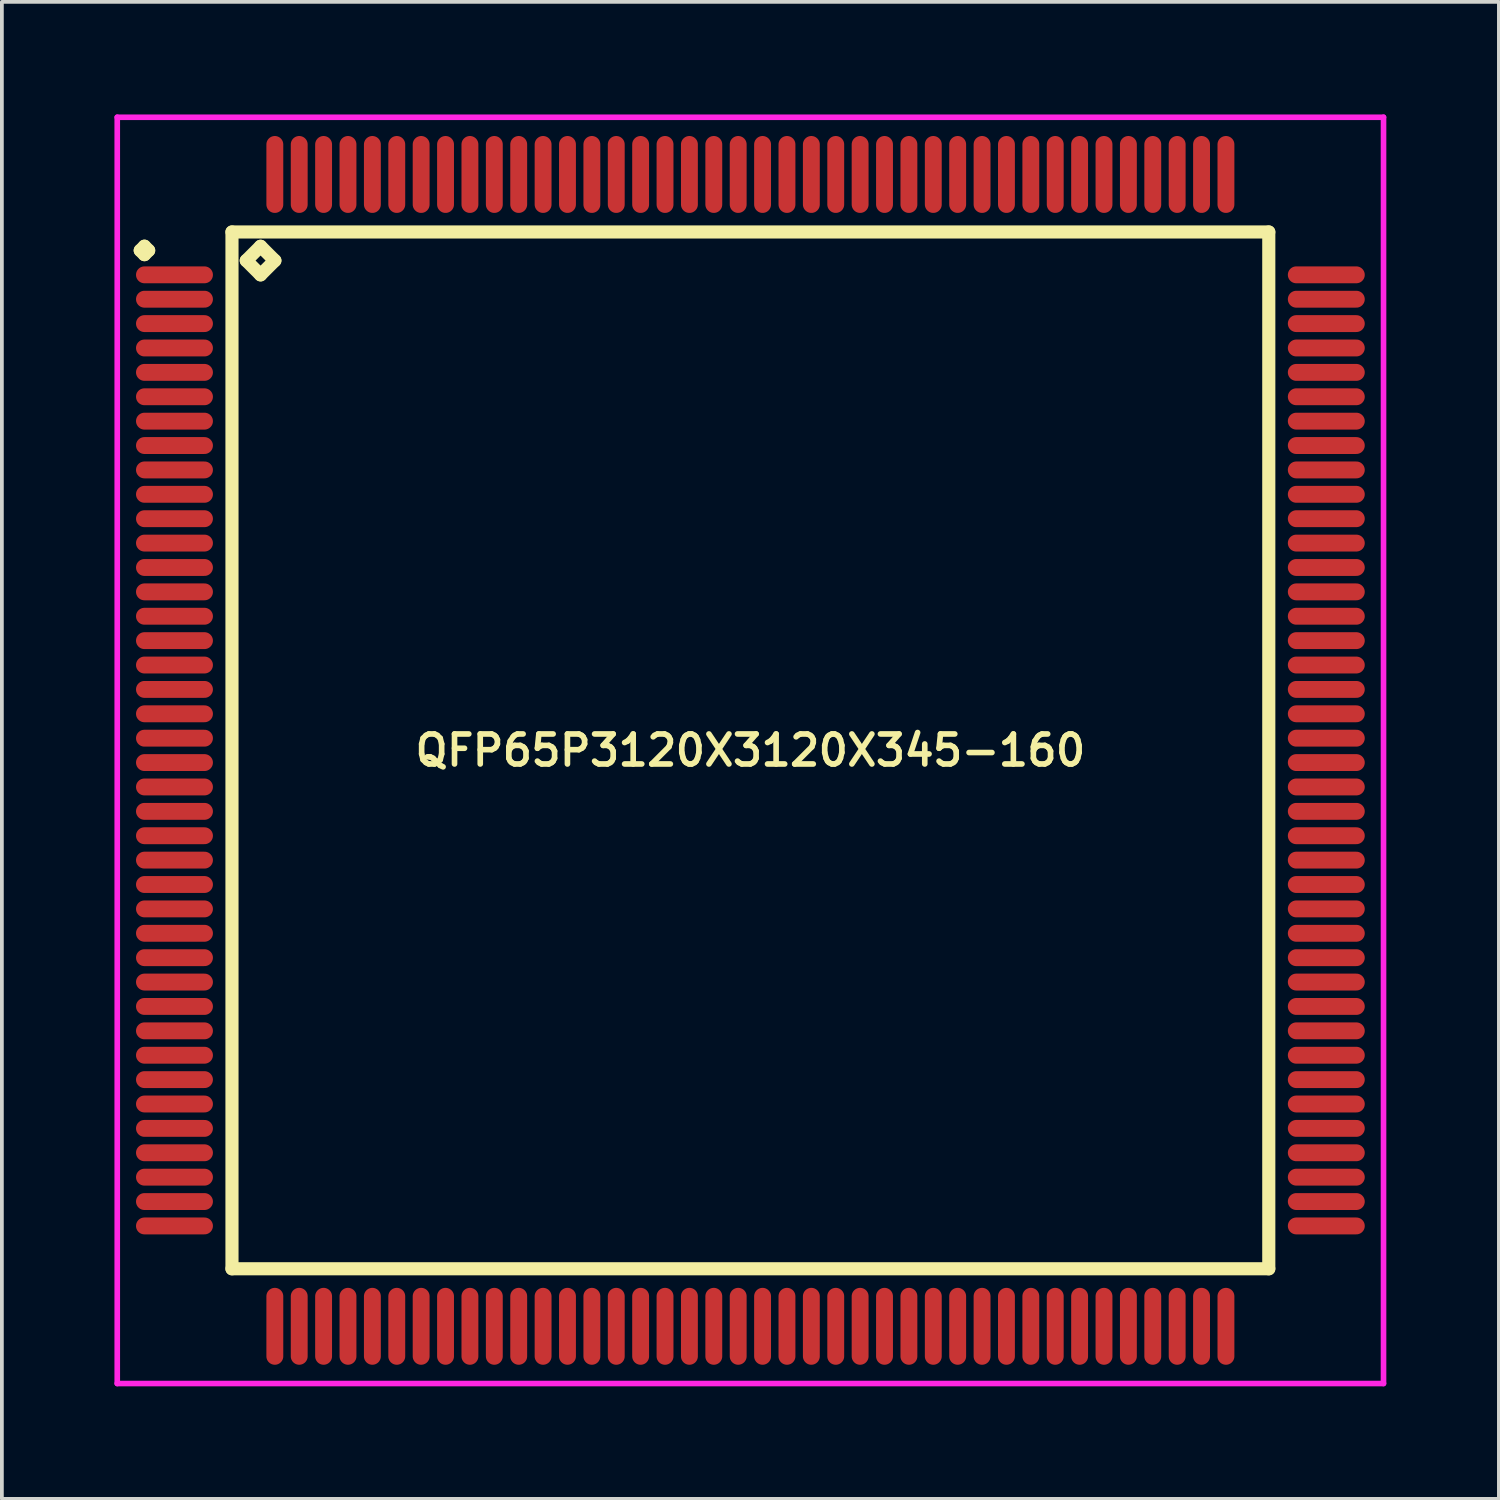
<source format=kicad_pcb>
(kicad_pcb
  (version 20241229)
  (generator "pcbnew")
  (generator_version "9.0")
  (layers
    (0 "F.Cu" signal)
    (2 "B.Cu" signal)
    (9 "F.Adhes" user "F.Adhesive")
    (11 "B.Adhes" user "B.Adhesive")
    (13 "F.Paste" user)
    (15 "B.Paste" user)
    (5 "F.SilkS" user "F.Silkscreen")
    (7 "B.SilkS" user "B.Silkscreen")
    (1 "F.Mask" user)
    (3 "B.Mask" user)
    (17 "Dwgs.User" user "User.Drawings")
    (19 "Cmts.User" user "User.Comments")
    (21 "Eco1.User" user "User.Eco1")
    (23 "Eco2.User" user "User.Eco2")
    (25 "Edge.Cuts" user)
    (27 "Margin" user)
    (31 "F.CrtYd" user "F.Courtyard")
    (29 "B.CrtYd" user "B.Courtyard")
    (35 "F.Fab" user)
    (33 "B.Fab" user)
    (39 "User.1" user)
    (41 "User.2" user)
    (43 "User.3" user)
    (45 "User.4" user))
  (footprint "QFP65P3120X3120X345-160"
    (layer "F.Cu")
    (at 16.95 16.95)
    (property "Reference" "QFP65P3120X3120X345-160" (at 0 0 0) (layer "F.SilkS") (effects (font (size 0.8 0.8) (thickness 0.15))))
    (attr through_hole)
    (fp_line (start -16.262 -13.325) (end -16.15 -13.438) (stroke (width 0.35) (type solid)) (layer "F.SilkS"))
    (fp_line (start -16.15 -13.438) (end -16.038 -13.325) (stroke (width 0.35) (type solid)) (layer "F.SilkS"))
    (fp_line (start -16.15 -13.213) (end -16.262 -13.325) (stroke (width 0.35) (type solid)) (layer "F.SilkS"))
    (fp_line (start -16.038 -13.325) (end -16.15 -13.213) (stroke (width 0.35) (type solid)) (layer "F.SilkS"))
    (fp_line (start -13.817 -13.817) (end -13.817 13.817) (stroke (width 0.35) (type solid)) (layer "F.SilkS"))
    (fp_line (start -13.817 13.817) (end 13.817 13.817) (stroke (width 0.35) (type solid)) (layer "F.SilkS"))
    (fp_line (start -13.436 -13.055) (end -13.055 -13.436) (stroke (width 0.35) (type solid)) (layer "F.SilkS"))
    (fp_line (start -13.055 -13.436) (end -12.674 -13.055) (stroke (width 0.35) (type solid)) (layer "F.SilkS"))
    (fp_line (start -13.055 -12.674) (end -13.436 -13.055) (stroke (width 0.35) (type solid)) (layer "F.SilkS"))
    (fp_line (start -12.674 -13.055) (end -13.055 -12.674) (stroke (width 0.35) (type solid)) (layer "F.SilkS"))
    (fp_line (start 13.817 -13.817) (end -13.817 -13.817) (stroke (width 0.35) (type solid)) (layer "F.SilkS"))
    (fp_line (start 13.817 13.817) (end 13.817 -13.817) (stroke (width 0.35) (type solid)) (layer "F.SilkS"))
    (fp_line (start -16.875 -16.875) (end 16.875 -16.875) (stroke (width 0.15) (type solid)) (layer "F.CrtYd"))
    (fp_line (start -16.875 16.875) (end -16.875 -16.875) (stroke (width 0.15) (type solid)) (layer "F.CrtYd"))
    (fp_line (start 16.875 -16.875) (end 16.875 16.875) (stroke (width 0.15) (type solid)) (layer "F.CrtYd"))
    (fp_line (start 16.875 16.875) (end -16.875 16.875) (stroke (width 0.15) (type solid)) (layer "F.CrtYd"))
    (pad "1" smd oval (at -15.35 -12.675) (size 2.05 0.45) (layers "F.Cu" "F.Mask" "F.Paste"))
    (pad "2" smd oval (at -15.35 -12.025) (size 2.05 0.45) (layers "F.Cu" "F.Mask" "F.Paste"))
    (pad "3" smd oval (at -15.35 -11.375) (size 2.05 0.45) (layers "F.Cu" "F.Mask" "F.Paste"))
    (pad "4" smd oval (at -15.35 -10.725) (size 2.05 0.45) (layers "F.Cu" "F.Mask" "F.Paste"))
    (pad "5" smd oval (at -15.35 -10.075) (size 2.05 0.45) (layers "F.Cu" "F.Mask" "F.Paste"))
    (pad "6" smd oval (at -15.35 -9.425) (size 2.05 0.45) (layers "F.Cu" "F.Mask" "F.Paste"))
    (pad "7" smd oval (at -15.35 -8.775) (size 2.05 0.45) (layers "F.Cu" "F.Mask" "F.Paste"))
    (pad "8" smd oval (at -15.35 -8.125) (size 2.05 0.45) (layers "F.Cu" "F.Mask" "F.Paste"))
    (pad "9" smd oval (at -15.35 -7.475) (size 2.05 0.45) (layers "F.Cu" "F.Mask" "F.Paste"))
    (pad "10" smd oval (at -15.35 -6.825) (size 2.05 0.45) (layers "F.Cu" "F.Mask" "F.Paste"))
    (pad "11" smd oval (at -15.35 -6.175) (size 2.05 0.45) (layers "F.Cu" "F.Mask" "F.Paste"))
    (pad "12" smd oval (at -15.35 -5.525) (size 2.05 0.45) (layers "F.Cu" "F.Mask" "F.Paste"))
    (pad "13" smd oval (at -15.35 -4.875) (size 2.05 0.45) (layers "F.Cu" "F.Mask" "F.Paste"))
    (pad "14" smd oval (at -15.35 -4.225) (size 2.05 0.45) (layers "F.Cu" "F.Mask" "F.Paste"))
    (pad "15" smd oval (at -15.35 -3.575) (size 2.05 0.45) (layers "F.Cu" "F.Mask" "F.Paste"))
    (pad "16" smd oval (at -15.35 -2.925) (size 2.05 0.45) (layers "F.Cu" "F.Mask" "F.Paste"))
    (pad "17" smd oval (at -15.35 -2.275) (size 2.05 0.45) (layers "F.Cu" "F.Mask" "F.Paste"))
    (pad "18" smd oval (at -15.35 -1.625) (size 2.05 0.45) (layers "F.Cu" "F.Mask" "F.Paste"))
    (pad "19" smd oval (at -15.35 -0.975) (size 2.05 0.45) (layers "F.Cu" "F.Mask" "F.Paste"))
    (pad "20" smd oval (at -15.35 -0.325) (size 2.05 0.45) (layers "F.Cu" "F.Mask" "F.Paste"))
    (pad "21" smd oval (at -15.35 0.325) (size 2.05 0.45) (layers "F.Cu" "F.Mask" "F.Paste"))
    (pad "22" smd oval (at -15.35 0.975) (size 2.05 0.45) (layers "F.Cu" "F.Mask" "F.Paste"))
    (pad "23" smd oval (at -15.35 1.625) (size 2.05 0.45) (layers "F.Cu" "F.Mask" "F.Paste"))
    (pad "24" smd oval (at -15.35 2.275) (size 2.05 0.45) (layers "F.Cu" "F.Mask" "F.Paste"))
    (pad "25" smd oval (at -15.35 2.925) (size 2.05 0.45) (layers "F.Cu" "F.Mask" "F.Paste"))
    (pad "26" smd oval (at -15.35 3.575) (size 2.05 0.45) (layers "F.Cu" "F.Mask" "F.Paste"))
    (pad "27" smd oval (at -15.35 4.225) (size 2.05 0.45) (layers "F.Cu" "F.Mask" "F.Paste"))
    (pad "28" smd oval (at -15.35 4.875) (size 2.05 0.45) (layers "F.Cu" "F.Mask" "F.Paste"))
    (pad "29" smd oval (at -15.35 5.525) (size 2.05 0.45) (layers "F.Cu" "F.Mask" "F.Paste"))
    (pad "30" smd oval (at -15.35 6.175) (size 2.05 0.45) (layers "F.Cu" "F.Mask" "F.Paste"))
    (pad "31" smd oval (at -15.35 6.825) (size 2.05 0.45) (layers "F.Cu" "F.Mask" "F.Paste"))
    (pad "32" smd oval (at -15.35 7.475) (size 2.05 0.45) (layers "F.Cu" "F.Mask" "F.Paste"))
    (pad "33" smd oval (at -15.35 8.125) (size 2.05 0.45) (layers "F.Cu" "F.Mask" "F.Paste"))
    (pad "34" smd oval (at -15.35 8.775) (size 2.05 0.45) (layers "F.Cu" "F.Mask" "F.Paste"))
    (pad "35" smd oval (at -15.35 9.425) (size 2.05 0.45) (layers "F.Cu" "F.Mask" "F.Paste"))
    (pad "36" smd oval (at -15.35 10.075) (size 2.05 0.45) (layers "F.Cu" "F.Mask" "F.Paste"))
    (pad "37" smd oval (at -15.35 10.725) (size 2.05 0.45) (layers "F.Cu" "F.Mask" "F.Paste"))
    (pad "38" smd oval (at -15.35 11.375) (size 2.05 0.45) (layers "F.Cu" "F.Mask" "F.Paste"))
    (pad "39" smd oval (at -15.35 12.025) (size 2.05 0.45) (layers "F.Cu" "F.Mask" "F.Paste"))
    (pad "40" smd oval (at -15.35 12.675) (size 2.05 0.45) (layers "F.Cu" "F.Mask" "F.Paste"))
    (pad "41" smd oval (at -12.675 15.35) (size 0.45 2.05) (layers "F.Cu" "F.Mask" "F.Paste"))
    (pad "42" smd oval (at -12.025 15.35) (size 0.45 2.05) (layers "F.Cu" "F.Mask" "F.Paste"))
    (pad "43" smd oval (at -11.375 15.35) (size 0.45 2.05) (layers "F.Cu" "F.Mask" "F.Paste"))
    (pad "44" smd oval (at -10.725 15.35) (size 0.45 2.05) (layers "F.Cu" "F.Mask" "F.Paste"))
    (pad "45" smd oval (at -10.075 15.35) (size 0.45 2.05) (layers "F.Cu" "F.Mask" "F.Paste"))
    (pad "46" smd oval (at -9.425 15.35) (size 0.45 2.05) (layers "F.Cu" "F.Mask" "F.Paste"))
    (pad "47" smd oval (at -8.775 15.35) (size 0.45 2.05) (layers "F.Cu" "F.Mask" "F.Paste"))
    (pad "48" smd oval (at -8.125 15.35) (size 0.45 2.05) (layers "F.Cu" "F.Mask" "F.Paste"))
    (pad "49" smd oval (at -7.475 15.35) (size 0.45 2.05) (layers "F.Cu" "F.Mask" "F.Paste"))
    (pad "50" smd oval (at -6.825 15.35) (size 0.45 2.05) (layers "F.Cu" "F.Mask" "F.Paste"))
    (pad "51" smd oval (at -6.175 15.35) (size 0.45 2.05) (layers "F.Cu" "F.Mask" "F.Paste"))
    (pad "52" smd oval (at -5.525 15.35) (size 0.45 2.05) (layers "F.Cu" "F.Mask" "F.Paste"))
    (pad "53" smd oval (at -4.875 15.35) (size 0.45 2.05) (layers "F.Cu" "F.Mask" "F.Paste"))
    (pad "54" smd oval (at -4.225 15.35) (size 0.45 2.05) (layers "F.Cu" "F.Mask" "F.Paste"))
    (pad "55" smd oval (at -3.575 15.35) (size 0.45 2.05) (layers "F.Cu" "F.Mask" "F.Paste"))
    (pad "56" smd oval (at -2.925 15.35) (size 0.45 2.05) (layers "F.Cu" "F.Mask" "F.Paste"))
    (pad "57" smd oval (at -2.275 15.35) (size 0.45 2.05) (layers "F.Cu" "F.Mask" "F.Paste"))
    (pad "58" smd oval (at -1.625 15.35) (size 0.45 2.05) (layers "F.Cu" "F.Mask" "F.Paste"))
    (pad "59" smd oval (at -0.975 15.35) (size 0.45 2.05) (layers "F.Cu" "F.Mask" "F.Paste"))
    (pad "60" smd oval (at -0.325 15.35) (size 0.45 2.05) (layers "F.Cu" "F.Mask" "F.Paste"))
    (pad "61" smd oval (at 0.325 15.35) (size 0.45 2.05) (layers "F.Cu" "F.Mask" "F.Paste"))
    (pad "62" smd oval (at 0.975 15.35) (size 0.45 2.05) (layers "F.Cu" "F.Mask" "F.Paste"))
    (pad "63" smd oval (at 1.625 15.35) (size 0.45 2.05) (layers "F.Cu" "F.Mask" "F.Paste"))
    (pad "64" smd oval (at 2.275 15.35) (size 0.45 2.05) (layers "F.Cu" "F.Mask" "F.Paste"))
    (pad "65" smd oval (at 2.925 15.35) (size 0.45 2.05) (layers "F.Cu" "F.Mask" "F.Paste"))
    (pad "66" smd oval (at 3.575 15.35) (size 0.45 2.05) (layers "F.Cu" "F.Mask" "F.Paste"))
    (pad "67" smd oval (at 4.225 15.35) (size 0.45 2.05) (layers "F.Cu" "F.Mask" "F.Paste"))
    (pad "68" smd oval (at 4.875 15.35) (size 0.45 2.05) (layers "F.Cu" "F.Mask" "F.Paste"))
    (pad "69" smd oval (at 5.525 15.35) (size 0.45 2.05) (layers "F.Cu" "F.Mask" "F.Paste"))
    (pad "70" smd oval (at 6.175 15.35) (size 0.45 2.05) (layers "F.Cu" "F.Mask" "F.Paste"))
    (pad "71" smd oval (at 6.825 15.35) (size 0.45 2.05) (layers "F.Cu" "F.Mask" "F.Paste"))
    (pad "72" smd oval (at 7.475 15.35) (size 0.45 2.05) (layers "F.Cu" "F.Mask" "F.Paste"))
    (pad "73" smd oval (at 8.125 15.35) (size 0.45 2.05) (layers "F.Cu" "F.Mask" "F.Paste"))
    (pad "74" smd oval (at 8.775 15.35) (size 0.45 2.05) (layers "F.Cu" "F.Mask" "F.Paste"))
    (pad "75" smd oval (at 9.425 15.35) (size 0.45 2.05) (layers "F.Cu" "F.Mask" "F.Paste"))
    (pad "76" smd oval (at 10.075 15.35) (size 0.45 2.05) (layers "F.Cu" "F.Mask" "F.Paste"))
    (pad "77" smd oval (at 10.725 15.35) (size 0.45 2.05) (layers "F.Cu" "F.Mask" "F.Paste"))
    (pad "78" smd oval (at 11.375 15.35) (size 0.45 2.05) (layers "F.Cu" "F.Mask" "F.Paste"))
    (pad "79" smd oval (at 12.025 15.35) (size 0.45 2.05) (layers "F.Cu" "F.Mask" "F.Paste"))
    (pad "80" smd oval (at 12.675 15.35) (size 0.45 2.05) (layers "F.Cu" "F.Mask" "F.Paste"))
    (pad "81" smd oval (at 15.35 12.675) (size 2.05 0.45) (layers "F.Cu" "F.Mask" "F.Paste"))
    (pad "82" smd oval (at 15.35 12.025) (size 2.05 0.45) (layers "F.Cu" "F.Mask" "F.Paste"))
    (pad "83" smd oval (at 15.35 11.375) (size 2.05 0.45) (layers "F.Cu" "F.Mask" "F.Paste"))
    (pad "84" smd oval (at 15.35 10.725) (size 2.05 0.45) (layers "F.Cu" "F.Mask" "F.Paste"))
    (pad "85" smd oval (at 15.35 10.075) (size 2.05 0.45) (layers "F.Cu" "F.Mask" "F.Paste"))
    (pad "86" smd oval (at 15.35 9.425) (size 2.05 0.45) (layers "F.Cu" "F.Mask" "F.Paste"))
    (pad "87" smd oval (at 15.35 8.775) (size 2.05 0.45) (layers "F.Cu" "F.Mask" "F.Paste"))
    (pad "88" smd oval (at 15.35 8.125) (size 2.05 0.45) (layers "F.Cu" "F.Mask" "F.Paste"))
    (pad "89" smd oval (at 15.35 7.475) (size 2.05 0.45) (layers "F.Cu" "F.Mask" "F.Paste"))
    (pad "90" smd oval (at 15.35 6.825) (size 2.05 0.45) (layers "F.Cu" "F.Mask" "F.Paste"))
    (pad "91" smd oval (at 15.35 6.175) (size 2.05 0.45) (layers "F.Cu" "F.Mask" "F.Paste"))
    (pad "92" smd oval (at 15.35 5.525) (size 2.05 0.45) (layers "F.Cu" "F.Mask" "F.Paste"))
    (pad "93" smd oval (at 15.35 4.875) (size 2.05 0.45) (layers "F.Cu" "F.Mask" "F.Paste"))
    (pad "94" smd oval (at 15.35 4.225) (size 2.05 0.45) (layers "F.Cu" "F.Mask" "F.Paste"))
    (pad "95" smd oval (at 15.35 3.575) (size 2.05 0.45) (layers "F.Cu" "F.Mask" "F.Paste"))
    (pad "96" smd oval (at 15.35 2.925) (size 2.05 0.45) (layers "F.Cu" "F.Mask" "F.Paste"))
    (pad "97" smd oval (at 15.35 2.275) (size 2.05 0.45) (layers "F.Cu" "F.Mask" "F.Paste"))
    (pad "98" smd oval (at 15.35 1.625) (size 2.05 0.45) (layers "F.Cu" "F.Mask" "F.Paste"))
    (pad "99" smd oval (at 15.35 0.975) (size 2.05 0.45) (layers "F.Cu" "F.Mask" "F.Paste"))
    (pad "100" smd oval (at 15.35 0.325) (size 2.05 0.45) (layers "F.Cu" "F.Mask" "F.Paste"))
    (pad "101" smd oval (at 15.35 -0.325) (size 2.05 0.45) (layers "F.Cu" "F.Mask" "F.Paste"))
    (pad "102" smd oval (at 15.35 -0.975) (size 2.05 0.45) (layers "F.Cu" "F.Mask" "F.Paste"))
    (pad "103" smd oval (at 15.35 -1.625) (size 2.05 0.45) (layers "F.Cu" "F.Mask" "F.Paste"))
    (pad "104" smd oval (at 15.35 -2.275) (size 2.05 0.45) (layers "F.Cu" "F.Mask" "F.Paste"))
    (pad "105" smd oval (at 15.35 -2.925) (size 2.05 0.45) (layers "F.Cu" "F.Mask" "F.Paste"))
    (pad "106" smd oval (at 15.35 -3.575) (size 2.05 0.45) (layers "F.Cu" "F.Mask" "F.Paste"))
    (pad "107" smd oval (at 15.35 -4.225) (size 2.05 0.45) (layers "F.Cu" "F.Mask" "F.Paste"))
    (pad "108" smd oval (at 15.35 -4.875) (size 2.05 0.45) (layers "F.Cu" "F.Mask" "F.Paste"))
    (pad "109" smd oval (at 15.35 -5.525) (size 2.05 0.45) (layers "F.Cu" "F.Mask" "F.Paste"))
    (pad "110" smd oval (at 15.35 -6.175) (size 2.05 0.45) (layers "F.Cu" "F.Mask" "F.Paste"))
    (pad "111" smd oval (at 15.35 -6.825) (size 2.05 0.45) (layers "F.Cu" "F.Mask" "F.Paste"))
    (pad "112" smd oval (at 15.35 -7.475) (size 2.05 0.45) (layers "F.Cu" "F.Mask" "F.Paste"))
    (pad "113" smd oval (at 15.35 -8.125) (size 2.05 0.45) (layers "F.Cu" "F.Mask" "F.Paste"))
    (pad "114" smd oval (at 15.35 -8.775) (size 2.05 0.45) (layers "F.Cu" "F.Mask" "F.Paste"))
    (pad "115" smd oval (at 15.35 -9.425) (size 2.05 0.45) (layers "F.Cu" "F.Mask" "F.Paste"))
    (pad "116" smd oval (at 15.35 -10.075) (size 2.05 0.45) (layers "F.Cu" "F.Mask" "F.Paste"))
    (pad "117" smd oval (at 15.35 -10.725) (size 2.05 0.45) (layers "F.Cu" "F.Mask" "F.Paste"))
    (pad "118" smd oval (at 15.35 -11.375) (size 2.05 0.45) (layers "F.Cu" "F.Mask" "F.Paste"))
    (pad "119" smd oval (at 15.35 -12.025) (size 2.05 0.45) (layers "F.Cu" "F.Mask" "F.Paste"))
    (pad "120" smd oval (at 15.35 -12.675) (size 2.05 0.45) (layers "F.Cu" "F.Mask" "F.Paste"))
    (pad "121" smd oval (at 12.675 -15.35) (size 0.45 2.05) (layers "F.Cu" "F.Mask" "F.Paste"))
    (pad "122" smd oval (at 12.025 -15.35) (size 0.45 2.05) (layers "F.Cu" "F.Mask" "F.Paste"))
    (pad "123" smd oval (at 11.375 -15.35) (size 0.45 2.05) (layers "F.Cu" "F.Mask" "F.Paste"))
    (pad "124" smd oval (at 10.725 -15.35) (size 0.45 2.05) (layers "F.Cu" "F.Mask" "F.Paste"))
    (pad "125" smd oval (at 10.075 -15.35) (size 0.45 2.05) (layers "F.Cu" "F.Mask" "F.Paste"))
    (pad "126" smd oval (at 9.425 -15.35) (size 0.45 2.05) (layers "F.Cu" "F.Mask" "F.Paste"))
    (pad "127" smd oval (at 8.775 -15.35) (size 0.45 2.05) (layers "F.Cu" "F.Mask" "F.Paste"))
    (pad "128" smd oval (at 8.125 -15.35) (size 0.45 2.05) (layers "F.Cu" "F.Mask" "F.Paste"))
    (pad "129" smd oval (at 7.475 -15.35) (size 0.45 2.05) (layers "F.Cu" "F.Mask" "F.Paste"))
    (pad "130" smd oval (at 6.825 -15.35) (size 0.45 2.05) (layers "F.Cu" "F.Mask" "F.Paste"))
    (pad "131" smd oval (at 6.175 -15.35) (size 0.45 2.05) (layers "F.Cu" "F.Mask" "F.Paste"))
    (pad "132" smd oval (at 5.525 -15.35) (size 0.45 2.05) (layers "F.Cu" "F.Mask" "F.Paste"))
    (pad "133" smd oval (at 4.875 -15.35) (size 0.45 2.05) (layers "F.Cu" "F.Mask" "F.Paste"))
    (pad "134" smd oval (at 4.225 -15.35) (size 0.45 2.05) (layers "F.Cu" "F.Mask" "F.Paste"))
    (pad "135" smd oval (at 3.575 -15.35) (size 0.45 2.05) (layers "F.Cu" "F.Mask" "F.Paste"))
    (pad "136" smd oval (at 2.925 -15.35) (size 0.45 2.05) (layers "F.Cu" "F.Mask" "F.Paste"))
    (pad "137" smd oval (at 2.275 -15.35) (size 0.45 2.05) (layers "F.Cu" "F.Mask" "F.Paste"))
    (pad "138" smd oval (at 1.625 -15.35) (size 0.45 2.05) (layers "F.Cu" "F.Mask" "F.Paste"))
    (pad "139" smd oval (at 0.975 -15.35) (size 0.45 2.05) (layers "F.Cu" "F.Mask" "F.Paste"))
    (pad "140" smd oval (at 0.325 -15.35) (size 0.45 2.05) (layers "F.Cu" "F.Mask" "F.Paste"))
    (pad "141" smd oval (at -0.325 -15.35) (size 0.45 2.05) (layers "F.Cu" "F.Mask" "F.Paste"))
    (pad "142" smd oval (at -0.975 -15.35) (size 0.45 2.05) (layers "F.Cu" "F.Mask" "F.Paste"))
    (pad "143" smd oval (at -1.625 -15.35) (size 0.45 2.05) (layers "F.Cu" "F.Mask" "F.Paste"))
    (pad "144" smd oval (at -2.275 -15.35) (size 0.45 2.05) (layers "F.Cu" "F.Mask" "F.Paste"))
    (pad "145" smd oval (at -2.925 -15.35) (size 0.45 2.05) (layers "F.Cu" "F.Mask" "F.Paste"))
    (pad "146" smd oval (at -3.575 -15.35) (size 0.45 2.05) (layers "F.Cu" "F.Mask" "F.Paste"))
    (pad "147" smd oval (at -4.225 -15.35) (size 0.45 2.05) (layers "F.Cu" "F.Mask" "F.Paste"))
    (pad "148" smd oval (at -4.875 -15.35) (size 0.45 2.05) (layers "F.Cu" "F.Mask" "F.Paste"))
    (pad "149" smd oval (at -5.525 -15.35) (size 0.45 2.05) (layers "F.Cu" "F.Mask" "F.Paste"))
    (pad "150" smd oval (at -6.175 -15.35) (size 0.45 2.05) (layers "F.Cu" "F.Mask" "F.Paste"))
    (pad "151" smd oval (at -6.825 -15.35) (size 0.45 2.05) (layers "F.Cu" "F.Mask" "F.Paste"))
    (pad "152" smd oval (at -7.475 -15.35) (size 0.45 2.05) (layers "F.Cu" "F.Mask" "F.Paste"))
    (pad "153" smd oval (at -8.125 -15.35) (size 0.45 2.05) (layers "F.Cu" "F.Mask" "F.Paste"))
    (pad "154" smd oval (at -8.775 -15.35) (size 0.45 2.05) (layers "F.Cu" "F.Mask" "F.Paste"))
    (pad "155" smd oval (at -9.425 -15.35) (size 0.45 2.05) (layers "F.Cu" "F.Mask" "F.Paste"))
    (pad "156" smd oval (at -10.075 -15.35) (size 0.45 2.05) (layers "F.Cu" "F.Mask" "F.Paste"))
    (pad "157" smd oval (at -10.725 -15.35) (size 0.45 2.05) (layers "F.Cu" "F.Mask" "F.Paste"))
    (pad "158" smd oval (at -11.375 -15.35) (size 0.45 2.05) (layers "F.Cu" "F.Mask" "F.Paste"))
    (pad "159" smd oval (at -12.025 -15.35) (size 0.45 2.05) (layers "F.Cu" "F.Mask" "F.Paste"))
    (pad "160" smd oval (at -12.675 -15.35) (size 0.45 2.05) (layers "F.Cu" "F.Mask" "F.Paste")))
  (gr_rect
    (start -3 -3)
    (end 36.9 36.9)
    (stroke (width 0.1) (type default))
    (fill no)
    (layer "Edge.Cuts")))
</source>
